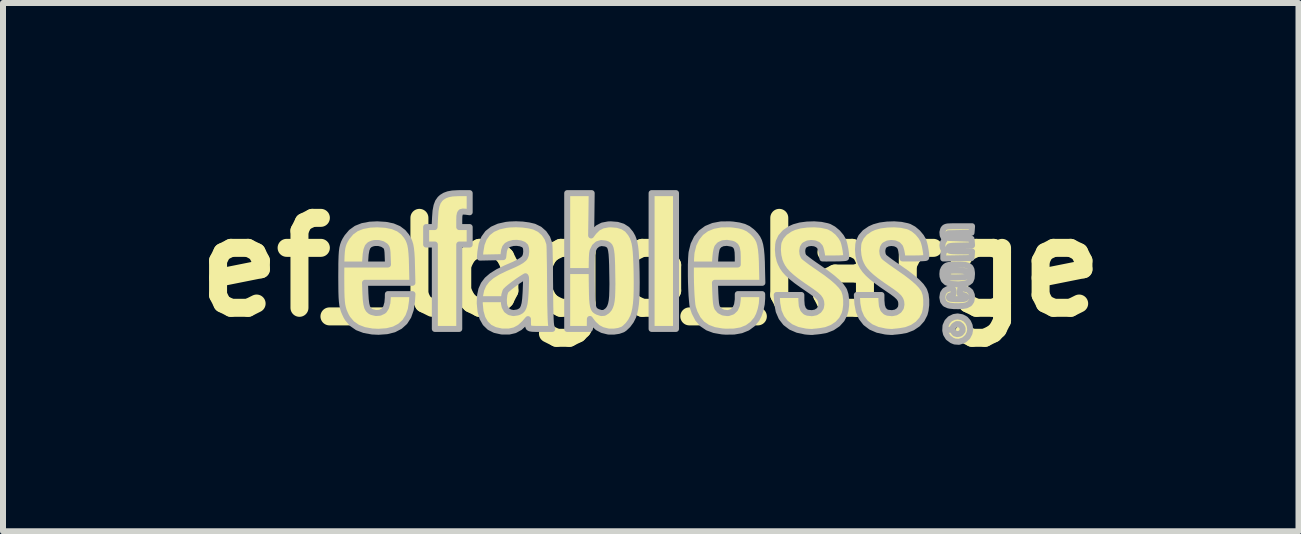
<source format=kicad_pcb>
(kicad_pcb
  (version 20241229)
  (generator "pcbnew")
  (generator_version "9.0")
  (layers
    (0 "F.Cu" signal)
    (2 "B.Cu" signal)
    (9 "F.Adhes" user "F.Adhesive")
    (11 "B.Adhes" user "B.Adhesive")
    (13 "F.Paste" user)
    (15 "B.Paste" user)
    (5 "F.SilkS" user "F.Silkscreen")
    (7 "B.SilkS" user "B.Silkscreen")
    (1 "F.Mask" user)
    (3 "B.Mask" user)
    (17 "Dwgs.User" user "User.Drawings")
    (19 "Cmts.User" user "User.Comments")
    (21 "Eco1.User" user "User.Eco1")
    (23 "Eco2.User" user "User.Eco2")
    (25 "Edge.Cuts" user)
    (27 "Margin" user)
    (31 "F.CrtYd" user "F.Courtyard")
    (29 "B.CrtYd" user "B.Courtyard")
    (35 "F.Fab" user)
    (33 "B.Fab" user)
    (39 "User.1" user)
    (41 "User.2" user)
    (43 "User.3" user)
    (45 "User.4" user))
  (footprint "ef_logo_large"
    (layer "F.Cu")
    (at 7.8 1.404)
    (property "Reference" "ef_logo_large" (at 0 0 0) (layer "F.SilkS") (effects (font (size 1.5 1.5) (thickness 0.3))))
    (attr board_only exclude_from_pos_files exclude_from_bom)
    (fp_poly (pts (xy 0.421 -0.102) (xy 0.421 1.031) (xy 0.218 1.031) (xy 0.015 1.031) (xy 0.015 -0.102) (xy 0.015 -1.234) (xy 0.218 -1.234) (xy 0.421 -1.234)) (stroke (width 0) (type solid)) (fill yes) (layer "F.SilkS"))
    (fp_poly (pts (xy 5.189 0.835) (xy 5.248 0.867) (xy 5.291 0.916) (xy 5.317 0.974) (xy 5.326 1.038) (xy 5.314 1.103) (xy 5.283 1.162) (xy 5.229 1.21) (xy 5.211 1.221) (xy 5.14 1.245) (xy 5.069 1.24) (xy 5.022 1.221) (xy 4.96 1.175) (xy 4.923 1.114) (xy 4.91 1.056) (xy 4.912 1.019) (xy 5.029 1.019) (xy 5.03 1.044) (xy 5.037 1.061) (xy 5.057 1.091) (xy 5.071 1.106) (xy 5.109 1.117) (xy 5.151 1.11) (xy 5.17 1.099) (xy 5.199 1.062) (xy 5.2 1.018) (xy 5.18 0.981) (xy 5.142 0.951) (xy 5.101 0.949) (xy 5.061 0.973) (xy 5.047 0.989) (xy 5.029 1.019) (xy 4.912 1.019) (xy 4.914 0.979) (xy 4.943 0.913) (xy 4.991 0.862) (xy 5.056 0.831) (xy 5.116 0.822)) (stroke (width 0) (type solid)) (fill yes) (layer "F.SilkS"))
    (fp_poly (pts (xy -3.019 -1.074) (xy -3.019 -0.915) (xy -3.084 -0.924) (xy -3.132 -0.927) (xy -3.164 -0.919) (xy -3.182 -0.895) (xy -3.191 -0.851) (xy -3.193 -0.782) (xy -3.193 -0.782) (xy -3.193 -0.668) (xy -3.106 -0.668) (xy -3.019 -0.668) (xy -3.019 -0.523) (xy -3.019 -0.377) (xy -3.106 -0.377) (xy -3.193 -0.377) (xy -3.193 0.327) (xy -3.193 1.031) (xy -3.396 1.031) (xy -3.6 1.031) (xy -3.6 0.327) (xy -3.6 -0.377) (xy -3.672 -0.377) (xy -3.745 -0.377) (xy -3.745 -0.523) (xy -3.745 -0.668) (xy -3.674 -0.668) (xy -3.604 -0.668) (xy -3.596 -0.831) (xy -3.588 -0.939) (xy -3.572 -1.023) (xy -3.548 -1.087) (xy -3.513 -1.137) (xy -3.482 -1.165) (xy -3.433 -1.195) (xy -3.378 -1.215) (xy -3.309 -1.227) (xy -3.22 -1.233) (xy -3.168 -1.234) (xy -3.019 -1.234)) (stroke (width 0) (type solid)) (fill yes) (layer "F.SilkS"))
    (fp_poly (pts (xy 5.036 0.36) (xy 5.05 0.389) (xy 5.051 0.412) (xy 5.048 0.447) (xy 5.034 0.462) (xy 5.011 0.467) (xy 4.98 0.478) (xy 4.971 0.501) (xy 4.974 0.515) (xy 4.985 0.524) (xy 5.01 0.529) (xy 5.055 0.532) (xy 5.1 0.534) (xy 5.175 0.534) (xy 5.225 0.529) (xy 5.249 0.521) (xy 5.26 0.5) (xy 5.248 0.48) (xy 5.217 0.467) (xy 5.193 0.464) (xy 5.166 0.462) (xy 5.155 0.45) (xy 5.155 0.419) (xy 5.155 0.41) (xy 5.16 0.356) (xy 5.225 0.359) (xy 5.289 0.374) (xy 5.331 0.409) (xy 5.353 0.463) (xy 5.356 0.498) (xy 5.346 0.563) (xy 5.316 0.608) (xy 5.263 0.636) (xy 5.257 0.638) (xy 5.203 0.647) (xy 5.132 0.651) (xy 5.057 0.65) (xy 4.99 0.643) (xy 4.964 0.638) (xy 4.908 0.613) (xy 4.874 0.569) (xy 4.862 0.506) (xy 4.862 0.502) (xy 4.872 0.438) (xy 4.903 0.392) (xy 4.957 0.363) (xy 4.957 0.363) (xy 5.007 0.352)) (stroke (width 0) (type solid)) (fill yes) (layer "F.SilkS"))
    (fp_poly (pts (xy 5.24 -0.038) (xy 5.293 -0.023) (xy 5.328 0.001) (xy 5.347 0.038) (xy 5.355 0.089) (xy 5.356 0.115) (xy 5.35 0.183) (xy 5.331 0.23) (xy 5.294 0.259) (xy 5.236 0.276) (xy 5.231 0.277) (xy 5.131 0.287) (xy 5.033 0.282) (xy 4.994 0.276) (xy 4.929 0.255) (xy 4.886 0.215) (xy 4.865 0.155) (xy 4.863 0.127) (xy 4.938 0.127) (xy 4.949 0.152) (xy 4.963 0.163) (xy 4.988 0.169) (xy 5.029 0.172) (xy 5.09 0.172) (xy 5.122 0.171) (xy 5.19 0.169) (xy 5.235 0.166) (xy 5.261 0.161) (xy 5.274 0.153) (xy 5.28 0.14) (xy 5.281 0.133) (xy 5.281 0.102) (xy 5.269 0.081) (xy 5.241 0.067) (xy 5.193 0.06) (xy 5.12 0.058) (xy 5.107 0.058) (xy 5.041 0.058) (xy 4.998 0.06) (xy 4.973 0.065) (xy 4.958 0.074) (xy 4.949 0.089) (xy 4.947 0.094) (xy 4.938 0.127) (xy 4.863 0.127) (xy 4.862 0.116) (xy 4.867 0.061) (xy 4.885 0.021) (xy 4.897 0.004) (xy 4.916 -0.015) (xy 4.936 -0.027) (xy 4.965 -0.035) (xy 5.009 -0.039) (xy 5.065 -0.041) (xy 5.165 -0.043)) (stroke (width 0) (type solid)) (fill yes) (layer "F.SilkS"))
    (fp_poly (pts (xy 5.353 -0.628) (xy 5.349 -0.573) (xy 5.155 -0.569) (xy 4.962 -0.565) (xy 4.967 -0.526) (xy 4.971 -0.486) (xy 5.16 -0.479) (xy 5.349 -0.472) (xy 5.353 -0.418) (xy 5.357 -0.364) (xy 5.164 -0.36) (xy 5.086 -0.358) (xy 5.033 -0.356) (xy 4.999 -0.352) (xy 4.979 -0.347) (xy 4.97 -0.338) (xy 4.967 -0.325) (xy 4.966 -0.321) (xy 4.97 -0.289) (xy 4.981 -0.274) (xy 5.002 -0.269) (xy 5.046 -0.265) (xy 5.107 -0.263) (xy 5.177 -0.261) (xy 5.179 -0.261) (xy 5.358 -0.261) (xy 5.353 -0.207) (xy 5.349 -0.152) (xy 5.113 -0.148) (xy 4.877 -0.144) (xy 4.877 -0.203) (xy 4.881 -0.242) (xy 4.891 -0.26) (xy 4.894 -0.261) (xy 4.899 -0.27) (xy 4.886 -0.288) (xy 4.869 -0.321) (xy 4.862 -0.363) (xy 4.869 -0.405) (xy 4.886 -0.438) (xy 4.902 -0.46) (xy 4.897 -0.478) (xy 4.886 -0.491) (xy 4.867 -0.532) (xy 4.863 -0.583) (xy 4.876 -0.631) (xy 4.891 -0.653) (xy 4.905 -0.664) (xy 4.923 -0.672) (xy 4.949 -0.677) (xy 4.99 -0.68) (xy 5.05 -0.682) (xy 5.134 -0.682) (xy 5.139 -0.682) (xy 5.358 -0.682)) (stroke (width 0) (type solid)) (fill yes) (layer "F.SilkS"))
    (fp_poly (pts (xy 1.369 -0.71) (xy 1.473 -0.695) (xy 1.555 -0.673) (xy 1.623 -0.641) (xy 1.685 -0.595) (xy 1.706 -0.575) (xy 1.748 -0.53) (xy 1.781 -0.484) (xy 1.807 -0.431) (xy 1.825 -0.369) (xy 1.839 -0.293) (xy 1.847 -0.198) (xy 1.853 -0.081) (xy 1.854 -0.018) (xy 1.861 0.261) (xy 1.466 0.261) (xy 1.07 0.261) (xy 1.077 0.446) (xy 1.082 0.536) (xy 1.088 0.602) (xy 1.097 0.648) (xy 1.109 0.68) (xy 1.149 0.727) (xy 1.207 0.757) (xy 1.275 0.766) (xy 1.296 0.765) (xy 1.361 0.743) (xy 1.408 0.698) (xy 1.438 0.631) (xy 1.451 0.54) (xy 1.451 0.519) (xy 1.451 0.45) (xy 1.655 0.45) (xy 1.858 0.45) (xy 1.858 0.523) (xy 1.851 0.615) (xy 1.831 0.71) (xy 1.802 0.797) (xy 1.766 0.867) (xy 1.766 0.867) (xy 1.696 0.95) (xy 1.611 1.012) (xy 1.51 1.053) (xy 1.39 1.075) (xy 1.25 1.076) (xy 1.19 1.072) (xy 1.058 1.049) (xy 0.948 1.008) (xy 0.857 0.946) (xy 0.786 0.863) (xy 0.731 0.757) (xy 0.703 0.674) (xy 0.694 0.628) (xy 0.687 0.558) (xy 0.68 0.47) (xy 0.675 0.368) (xy 0.671 0.259) (xy 0.669 0.147) (xy 0.669 0.038) (xy 0.67 -0.044) (xy 1.07 -0.044) (xy 1.261 -0.044) (xy 1.451 -0.044) (xy 1.451 -0.168) (xy 1.448 -0.252) (xy 1.437 -0.313) (xy 1.417 -0.353) (xy 1.384 -0.379) (xy 1.353 -0.391) (xy 1.27 -0.405) (xy 1.199 -0.398) (xy 1.143 -0.371) (xy 1.108 -0.33) (xy 1.096 -0.293) (xy 1.085 -0.237) (xy 1.078 -0.173) (xy 1.077 -0.164) (xy 1.07 -0.044) (xy 0.67 -0.044) (xy 0.67 -0.063) (xy 0.673 -0.151) (xy 0.678 -0.221) (xy 0.681 -0.247) (xy 0.713 -0.377) (xy 0.766 -0.486) (xy 0.838 -0.574) (xy 0.93 -0.642) (xy 1.041 -0.688) (xy 1.17 -0.712) (xy 1.317 -0.714)) (stroke (width 0) (type solid)) (fill yes) (layer "F.SilkS"))
    (fp_poly (pts (xy -4.419 -0.705) (xy -4.301 -0.681) (xy -4.204 -0.64) (xy -4.127 -0.582) (xy -4.072 -0.515) (xy -4.045 -0.471) (xy -4.024 -0.425) (xy -4.009 -0.374) (xy -3.998 -0.313) (xy -3.99 -0.237) (xy -3.984 -0.141) (xy -3.981 -0.025) (xy -3.974 0.261) (xy -4.369 0.261) (xy -4.764 0.261) (xy -4.758 0.439) (xy -4.752 0.539) (xy -4.742 0.615) (xy -4.728 0.67) (xy -4.706 0.709) (xy -4.676 0.736) (xy -4.649 0.75) (xy -4.582 0.765) (xy -4.516 0.76) (xy -4.46 0.734) (xy -4.445 0.722) (xy -4.412 0.67) (xy -4.391 0.596) (xy -4.384 0.512) (xy -4.383 0.45) (xy -4.178 0.45) (xy -3.973 0.45) (xy -3.981 0.57) (xy -4.001 0.706) (xy -4.041 0.82) (xy -4.101 0.914) (xy -4.181 0.986) (xy -4.28 1.038) (xy -4.4 1.068) (xy -4.54 1.078) (xy -4.645 1.073) (xy -4.777 1.049) (xy -4.89 1.006) (xy -4.982 0.942) (xy -5.053 0.859) (xy -5.079 0.815) (xy -5.101 0.768) (xy -5.118 0.725) (xy -5.132 0.68) (xy -5.143 0.63) (xy -5.15 0.571) (xy -5.155 0.5) (xy -5.158 0.411) (xy -5.159 0.301) (xy -5.16 0.167) (xy -5.16 0.152) (xy -5.159 0.015) (xy -5.159 -0.044) (xy -4.765 -0.044) (xy -4.573 -0.044) (xy -4.381 -0.044) (xy -4.386 -0.18) (xy -4.389 -0.247) (xy -4.394 -0.291) (xy -4.402 -0.321) (xy -4.415 -0.343) (xy -4.425 -0.354) (xy -4.472 -0.385) (xy -4.536 -0.402) (xy -4.606 -0.402) (xy -4.646 -0.393) (xy -4.689 -0.373) (xy -4.72 -0.34) (xy -4.74 -0.289) (xy -4.753 -0.216) (xy -4.757 -0.164) (xy -4.765 -0.044) (xy -5.159 -0.044) (xy -5.158 -0.097) (xy -5.155 -0.188) (xy -5.15 -0.261) (xy -5.142 -0.32) (xy -5.13 -0.368) (xy -5.115 -0.41) (xy -5.095 -0.45) (xy -5.07 -0.49) (xy -5.062 -0.503) (xy -4.994 -0.583) (xy -4.909 -0.644) (xy -4.806 -0.685) (xy -4.683 -0.708) (xy -4.559 -0.713)) (stroke (width 0) (type solid)) (fill yes) (layer "F.SilkS"))
    (fp_poly (pts (xy -0.989 -0.881) (xy -0.994 -0.528) (xy -0.948 -0.589) (xy -0.883 -0.653) (xy -0.805 -0.694) (xy -0.71 -0.712) (xy -0.668 -0.714) (xy -0.557 -0.705) (xy -0.466 -0.677) (xy -0.393 -0.63) (xy -0.336 -0.561) (xy -0.328 -0.547) (xy -0.304 -0.504) (xy -0.286 -0.457) (xy -0.271 -0.405) (xy -0.259 -0.342) (xy -0.251 -0.264) (xy -0.244 -0.17) (xy -0.24 -0.053) (xy -0.236 0.082) (xy -0.234 0.25) (xy -0.235 0.392) (xy -0.239 0.512) (xy -0.247 0.612) (xy -0.259 0.696) (xy -0.275 0.768) (xy -0.292 0.822) (xy -0.33 0.897) (xy -0.38 0.966) (xy -0.438 1.02) (xy -0.468 1.04) (xy -0.534 1.063) (xy -0.614 1.075) (xy -0.694 1.075) (xy -0.711 1.073) (xy -0.807 1.049) (xy -0.885 1.008) (xy -0.954 0.944) (xy -0.983 0.907) (xy -1.015 0.864) (xy -1.016 0.947) (xy -1.016 1.031) (xy -1.205 1.031) (xy -1.393 1.031) (xy -1.393 0.065) (xy -0.985 0.065) (xy -0.984 0.215) (xy -0.982 0.348) (xy -0.98 0.455) (xy -0.977 0.539) (xy -0.971 0.603) (xy -0.963 0.651) (xy -0.952 0.686) (xy -0.937 0.711) (xy -0.918 0.728) (xy -0.894 0.742) (xy -0.881 0.748) (xy -0.822 0.766) (xy -0.775 0.762) (xy -0.731 0.733) (xy -0.719 0.722) (xy -0.695 0.694) (xy -0.677 0.659) (xy -0.662 0.615) (xy -0.651 0.558) (xy -0.644 0.486) (xy -0.641 0.394) (xy -0.639 0.281) (xy -0.641 0.143) (xy -0.642 0.094) (xy -0.644 -0.034) (xy -0.648 -0.136) (xy -0.653 -0.215) (xy -0.661 -0.275) (xy -0.671 -0.319) (xy -0.685 -0.35) (xy -0.704 -0.37) (xy -0.728 -0.384) (xy -0.755 -0.394) (xy -0.826 -0.402) (xy -0.886 -0.384) (xy -0.935 -0.341) (xy -0.968 -0.275) (xy -0.972 -0.262) (xy -0.978 -0.223) (xy -0.982 -0.156) (xy -0.984 -0.06) (xy -0.985 0.065) (xy -1.393 0.065) (xy -1.393 -0.102) (xy -1.393 -1.234) (xy -1.189 -1.234) (xy -0.985 -1.234)) (stroke (width 0) (type solid)) (fill yes) (layer "F.SilkS"))
    (fp_poly (pts (xy 2.841 -0.705) (xy 2.944 -0.683) (xy 2.975 -0.673) (xy 3.046 -0.634) (xy 3.116 -0.576) (xy 3.174 -0.506) (xy 3.207 -0.448) (xy 3.222 -0.405) (xy 3.235 -0.349) (xy 3.247 -0.289) (xy 3.255 -0.231) (xy 3.259 -0.185) (xy 3.256 -0.157) (xy 3.256 -0.156) (xy 3.24 -0.152) (xy 3.2 -0.149) (xy 3.143 -0.146) (xy 3.073 -0.145) (xy 3.056 -0.145) (xy 2.863 -0.145) (xy 2.853 -0.22) (xy 2.843 -0.272) (xy 2.829 -0.32) (xy 2.822 -0.336) (xy 2.788 -0.373) (xy 2.737 -0.396) (xy 2.677 -0.403) (xy 2.617 -0.395) (xy 2.565 -0.369) (xy 2.557 -0.362) (xy 2.534 -0.324) (xy 2.525 -0.271) (xy 2.531 -0.217) (xy 2.548 -0.178) (xy 2.566 -0.16) (xy 2.605 -0.13) (xy 2.659 -0.089) (xy 2.725 -0.042) (xy 2.798 0.008) (xy 2.927 0.098) (xy 3.032 0.179) (xy 3.113 0.25) (xy 3.174 0.314) (xy 3.216 0.373) (xy 3.226 0.392) (xy 3.247 0.458) (xy 3.258 0.541) (xy 3.258 0.632) (xy 3.247 0.721) (xy 3.23 0.783) (xy 3.185 0.873) (xy 3.116 0.948) (xy 3.027 1.008) (xy 2.922 1.049) (xy 2.819 1.067) (xy 2.766 1.073) (xy 2.72 1.077) (xy 2.7 1.08) (xy 2.665 1.08) (xy 2.615 1.077) (xy 2.576 1.073) (xy 2.446 1.045) (xy 2.336 0.997) (xy 2.247 0.929) (xy 2.179 0.841) (xy 2.133 0.735) (xy 2.11 0.61) (xy 2.108 0.589) (xy 2.1 0.464) (xy 2.306 0.464) (xy 2.511 0.464) (xy 2.511 0.555) (xy 2.518 0.643) (xy 2.541 0.706) (xy 2.579 0.746) (xy 2.614 0.76) (xy 2.688 0.768) (xy 2.753 0.755) (xy 2.804 0.723) (xy 2.836 0.675) (xy 2.845 0.623) (xy 2.841 0.579) (xy 2.827 0.539) (xy 2.8 0.501) (xy 2.756 0.46) (xy 2.691 0.412) (xy 2.651 0.384) (xy 2.528 0.3) (xy 2.428 0.228) (xy 2.348 0.164) (xy 2.284 0.106) (xy 2.235 0.052) (xy 2.198 -0.001) (xy 2.169 -0.057) (xy 2.148 -0.109) (xy 2.128 -0.194) (xy 2.12 -0.289) (xy 2.125 -0.378) (xy 2.134 -0.422) (xy 2.171 -0.504) (xy 2.235 -0.577) (xy 2.321 -0.636) (xy 2.392 -0.668) (xy 2.491 -0.695) (xy 2.605 -0.71) (xy 2.725 -0.714)) (stroke (width 0) (type solid)) (fill yes) (layer "F.SilkS"))
    (fp_poly (pts (xy 4.176 -0.705) (xy 4.279 -0.683) (xy 4.31 -0.673) (xy 4.382 -0.634) (xy 4.451 -0.576) (xy 4.509 -0.506) (xy 4.542 -0.448) (xy 4.557 -0.405) (xy 4.571 -0.349) (xy 4.582 -0.289) (xy 4.591 -0.231) (xy 4.594 -0.185) (xy 4.592 -0.157) (xy 4.591 -0.156) (xy 4.575 -0.152) (xy 4.535 -0.149) (xy 4.478 -0.146) (xy 4.408 -0.145) (xy 4.392 -0.145) (xy 4.198 -0.145) (xy 4.188 -0.22) (xy 4.178 -0.272) (xy 4.164 -0.32) (xy 4.157 -0.336) (xy 4.123 -0.373) (xy 4.072 -0.396) (xy 4.012 -0.403) (xy 3.952 -0.395) (xy 3.901 -0.369) (xy 3.892 -0.362) (xy 3.87 -0.324) (xy 3.861 -0.271) (xy 3.866 -0.217) (xy 3.883 -0.178) (xy 3.902 -0.16) (xy 3.94 -0.13) (xy 3.995 -0.089) (xy 4.061 -0.042) (xy 4.133 0.008) (xy 4.262 0.098) (xy 4.367 0.179) (xy 4.449 0.25) (xy 4.51 0.314) (xy 4.551 0.373) (xy 4.561 0.392) (xy 4.583 0.458) (xy 4.593 0.541) (xy 4.593 0.632) (xy 4.582 0.721) (xy 4.566 0.783) (xy 4.52 0.873) (xy 4.452 0.948) (xy 4.363 1.008) (xy 4.257 1.049) (xy 4.154 1.067) (xy 4.101 1.073) (xy 4.055 1.077) (xy 4.035 1.08) (xy 4.001 1.08) (xy 3.951 1.077) (xy 3.912 1.073) (xy 3.781 1.045) (xy 3.671 0.997) (xy 3.582 0.929) (xy 3.514 0.841) (xy 3.469 0.735) (xy 3.445 0.61) (xy 3.444 0.589) (xy 3.436 0.464) (xy 3.641 0.464) (xy 3.846 0.464) (xy 3.846 0.555) (xy 3.854 0.643) (xy 3.876 0.706) (xy 3.915 0.746) (xy 3.949 0.76) (xy 4.024 0.768) (xy 4.088 0.755) (xy 4.139 0.723) (xy 4.171 0.675) (xy 4.18 0.623) (xy 4.176 0.579) (xy 4.163 0.539) (xy 4.135 0.501) (xy 4.091 0.46) (xy 4.027 0.412) (xy 3.986 0.384) (xy 3.863 0.3) (xy 3.763 0.228) (xy 3.683 0.164) (xy 3.62 0.106) (xy 3.571 0.052) (xy 3.533 -0.001) (xy 3.504 -0.057) (xy 3.483 -0.109) (xy 3.463 -0.194) (xy 3.455 -0.289) (xy 3.46 -0.378) (xy 3.469 -0.422) (xy 3.507 -0.504) (xy 3.57 -0.577) (xy 3.656 -0.636) (xy 3.727 -0.668) (xy 3.826 -0.695) (xy 3.941 -0.71) (xy 4.061 -0.714)) (stroke (width 0) (type solid)) (fill yes) (layer "F.SilkS"))
    (fp_poly (pts (xy -2.138 -0.71) (xy -2.034 -0.696) (xy -1.948 -0.676) (xy -1.942 -0.674) (xy -1.854 -0.631) (xy -1.78 -0.566) (xy -1.725 -0.486) (xy -1.693 -0.396) (xy -1.69 -0.374) (xy -1.688 -0.346) (xy -1.686 -0.293) (xy -1.685 -0.218) (xy -1.683 -0.123) (xy -1.681 -0.013) (xy -1.68 0.109) (xy -1.679 0.24) (xy -1.678 0.312) (xy -1.677 0.49) (xy -1.675 0.642) (xy -1.672 0.767) (xy -1.669 0.864) (xy -1.665 0.933) (xy -1.66 0.975) (xy -1.658 0.983) (xy -1.642 1.031) (xy -1.836 1.031) (xy -1.918 1.03) (xy -1.975 1.028) (xy -2.012 1.022) (xy -2.034 1.01) (xy -2.044 0.989) (xy -2.046 0.957) (xy -2.047 0.926) (xy -2.047 0.867) (xy -2.106 0.935) (xy -2.183 1.006) (xy -2.267 1.052) (xy -2.362 1.074) (xy -2.473 1.074) (xy -2.491 1.072) (xy -2.599 1.048) (xy -2.688 1.003) (xy -2.757 0.936) (xy -2.807 0.848) (xy -2.838 0.738) (xy -2.851 0.605) (xy -2.851 0.581) (xy -2.849 0.535) (xy -2.449 0.535) (xy -2.447 0.608) (xy -2.436 0.66) (xy -2.404 0.717) (xy -2.354 0.752) (xy -2.291 0.766) (xy -2.221 0.756) (xy -2.198 0.748) (xy -2.164 0.729) (xy -2.138 0.702) (xy -2.119 0.662) (xy -2.104 0.607) (xy -2.094 0.531) (xy -2.087 0.433) (xy -2.084 0.372) (xy -2.081 0.284) (xy -2.079 0.222) (xy -2.08 0.181) (xy -2.084 0.159) (xy -2.089 0.152) (xy -2.093 0.154) (xy -2.153 0.191) (xy -2.218 0.234) (xy -2.281 0.28) (xy -2.339 0.324) (xy -2.385 0.362) (xy -2.415 0.392) (xy -2.423 0.403) (xy -2.441 0.462) (xy -2.449 0.535) (xy -2.849 0.535) (xy -2.845 0.468) (xy -2.824 0.371) (xy -2.786 0.286) (xy -2.729 0.212) (xy -2.651 0.144) (xy -2.549 0.08) (xy -2.421 0.018) (xy -2.377 -0.001) (xy -2.278 -0.044) (xy -2.204 -0.081) (xy -2.15 -0.114) (xy -2.113 -0.144) (xy -2.099 -0.162) (xy -2.083 -0.202) (xy -2.076 -0.256) (xy -2.079 -0.31) (xy -2.09 -0.348) (xy -2.12 -0.376) (xy -2.17 -0.396) (xy -2.231 -0.405) (xy -2.295 -0.403) (xy -2.354 -0.387) (xy -2.355 -0.387) (xy -2.401 -0.362) (xy -2.429 -0.328) (xy -2.446 -0.278) (xy -2.451 -0.243) (xy -2.46 -0.167) (xy -2.655 -0.163) (xy -2.849 -0.159) (xy -2.841 -0.257) (xy -2.82 -0.381) (xy -2.78 -0.484) (xy -2.72 -0.567) (xy -2.638 -0.631) (xy -2.535 -0.677) (xy -2.409 -0.705) (xy -2.351 -0.711) (xy -2.247 -0.715)) (stroke (width 0) (type solid)) (fill yes) (layer "F.SilkS"))
    (fp_poly (pts (xy 0.421 -0.102) (xy 0.421 1.03) (xy 0.218 1.03) (xy 0.014 1.03) (xy 0.014 -0.102) (xy 0.014 -1.234) (xy 0.218 -1.234) (xy 0.421 -1.234)) (stroke (width 0.1) (type solid)) (fill no) (layer "F.Fab"))
    (fp_poly (pts (xy 5.189 0.835) (xy 5.248 0.867) (xy 5.291 0.916) (xy 5.317 0.974) (xy 5.326 1.038) (xy 5.314 1.102) (xy 5.283 1.162) (xy 5.229 1.21) (xy 5.211 1.221) (xy 5.14 1.245) (xy 5.069 1.24) (xy 5.022 1.221) (xy 4.96 1.175) (xy 4.923 1.114) (xy 4.91 1.056) (xy 4.912 1.019) (xy 5.029 1.019) (xy 5.029 1.044) (xy 5.037 1.061) (xy 5.057 1.091) (xy 5.071 1.106) (xy 5.109 1.117) (xy 5.151 1.11) (xy 5.17 1.099) (xy 5.199 1.062) (xy 5.2 1.018) (xy 5.18 0.981) (xy 5.142 0.951) (xy 5.101 0.949) (xy 5.061 0.973) (xy 5.047 0.989) (xy 5.029 1.019) (xy 4.912 1.019) (xy 4.914 0.979) (xy 4.943 0.913) (xy 4.991 0.862) (xy 5.056 0.831) (xy 5.116 0.822)) (stroke (width 0.1) (type solid)) (fill no) (layer "F.Fab"))
    (fp_poly (pts (xy -3.019 -1.074) (xy -3.019 -0.915) (xy -3.084 -0.924) (xy -3.132 -0.927) (xy -3.164 -0.919) (xy -3.182 -0.895) (xy -3.191 -0.851) (xy -3.193 -0.782) (xy -3.193 -0.782) (xy -3.193 -0.668) (xy -3.106 -0.668) (xy -3.019 -0.668) (xy -3.019 -0.523) (xy -3.019 -0.377) (xy -3.106 -0.377) (xy -3.193 -0.377) (xy -3.193 0.327) (xy -3.193 1.03) (xy -3.396 1.03) (xy -3.6 1.03) (xy -3.6 0.327) (xy -3.6 -0.377) (xy -3.672 -0.377) (xy -3.745 -0.377) (xy -3.745 -0.523) (xy -3.745 -0.668) (xy -3.674 -0.668) (xy -3.604 -0.668) (xy -3.596 -0.832) (xy -3.588 -0.939) (xy -3.572 -1.023) (xy -3.548 -1.087) (xy -3.513 -1.137) (xy -3.482 -1.165) (xy -3.433 -1.195) (xy -3.378 -1.215) (xy -3.309 -1.228) (xy -3.22 -1.233) (xy -3.168 -1.234) (xy -3.019 -1.234)) (stroke (width 0.1) (type solid)) (fill no) (layer "F.Fab"))
    (fp_poly (pts (xy 5.036 0.36) (xy 5.049 0.389) (xy 5.051 0.412) (xy 5.048 0.447) (xy 5.034 0.462) (xy 5.011 0.467) (xy 4.98 0.478) (xy 4.971 0.501) (xy 4.974 0.515) (xy 4.985 0.524) (xy 5.01 0.529) (xy 5.055 0.532) (xy 5.1 0.534) (xy 5.175 0.534) (xy 5.225 0.529) (xy 5.248 0.521) (xy 5.26 0.499) (xy 5.248 0.48) (xy 5.217 0.467) (xy 5.193 0.464) (xy 5.166 0.462) (xy 5.155 0.45) (xy 5.155 0.419) (xy 5.155 0.41) (xy 5.16 0.356) (xy 5.225 0.359) (xy 5.289 0.374) (xy 5.331 0.409) (xy 5.353 0.463) (xy 5.356 0.498) (xy 5.346 0.563) (xy 5.316 0.608) (xy 5.263 0.636) (xy 5.257 0.638) (xy 5.203 0.647) (xy 5.132 0.651) (xy 5.057 0.65) (xy 4.989 0.643) (xy 4.964 0.638) (xy 4.908 0.613) (xy 4.874 0.569) (xy 4.862 0.506) (xy 4.862 0.502) (xy 4.872 0.438) (xy 4.903 0.392) (xy 4.956 0.363) (xy 4.957 0.363) (xy 5.007 0.352)) (stroke (width 0.1) (type solid)) (fill no) (layer "F.Fab"))
    (fp_poly (pts (xy 5.24 -0.038) (xy 5.293 -0.023) (xy 5.328 0.001) (xy 5.347 0.038) (xy 5.355 0.089) (xy 5.356 0.114) (xy 5.35 0.183) (xy 5.331 0.23) (xy 5.294 0.259) (xy 5.236 0.276) (xy 5.231 0.277) (xy 5.131 0.287) (xy 5.033 0.282) (xy 4.994 0.276) (xy 4.929 0.255) (xy 4.886 0.215) (xy 4.865 0.155) (xy 4.863 0.127) (xy 4.938 0.127) (xy 4.949 0.152) (xy 4.963 0.163) (xy 4.988 0.169) (xy 5.028 0.172) (xy 5.09 0.172) (xy 5.122 0.171) (xy 5.19 0.169) (xy 5.235 0.166) (xy 5.261 0.161) (xy 5.274 0.153) (xy 5.279 0.14) (xy 5.281 0.133) (xy 5.281 0.102) (xy 5.269 0.08) (xy 5.241 0.067) (xy 5.193 0.06) (xy 5.12 0.058) (xy 5.107 0.058) (xy 5.041 0.058) (xy 4.998 0.06) (xy 4.973 0.065) (xy 4.958 0.074) (xy 4.949 0.089) (xy 4.947 0.094) (xy 4.938 0.127) (xy 4.863 0.127) (xy 4.862 0.116) (xy 4.867 0.061) (xy 4.885 0.021) (xy 4.897 0.004) (xy 4.916 -0.015) (xy 4.936 -0.027) (xy 4.965 -0.035) (xy 5.009 -0.039) (xy 5.065 -0.041) (xy 5.165 -0.043)) (stroke (width 0.1) (type solid)) (fill no) (layer "F.Fab"))
    (fp_poly (pts (xy 5.353 -0.628) (xy 5.348 -0.573) (xy 5.155 -0.569) (xy 4.962 -0.565) (xy 4.967 -0.526) (xy 4.971 -0.486) (xy 5.16 -0.479) (xy 5.348 -0.472) (xy 5.353 -0.418) (xy 5.357 -0.364) (xy 5.164 -0.36) (xy 5.086 -0.358) (xy 5.033 -0.356) (xy 4.999 -0.352) (xy 4.979 -0.347) (xy 4.97 -0.338) (xy 4.967 -0.325) (xy 4.966 -0.321) (xy 4.97 -0.289) (xy 4.981 -0.274) (xy 5.002 -0.269) (xy 5.046 -0.265) (xy 5.107 -0.263) (xy 5.177 -0.262) (xy 5.179 -0.262) (xy 5.357 -0.261) (xy 5.353 -0.207) (xy 5.348 -0.152) (xy 5.113 -0.148) (xy 4.877 -0.144) (xy 4.877 -0.203) (xy 4.881 -0.242) (xy 4.891 -0.261) (xy 4.894 -0.261) (xy 4.899 -0.27) (xy 4.886 -0.288) (xy 4.869 -0.321) (xy 4.862 -0.363) (xy 4.869 -0.405) (xy 4.886 -0.438) (xy 4.902 -0.46) (xy 4.897 -0.478) (xy 4.886 -0.491) (xy 4.867 -0.532) (xy 4.863 -0.583) (xy 4.876 -0.631) (xy 4.891 -0.653) (xy 4.905 -0.664) (xy 4.923 -0.672) (xy 4.949 -0.678) (xy 4.99 -0.68) (xy 5.05 -0.682) (xy 5.134 -0.682) (xy 5.139 -0.682) (xy 5.357 -0.682)) (stroke (width 0.1) (type solid)) (fill no) (layer "F.Fab"))
    (fp_poly (pts (xy 1.369 -0.71) (xy 1.473 -0.695) (xy 1.555 -0.673) (xy 1.623 -0.641) (xy 1.684 -0.595) (xy 1.706 -0.575) (xy 1.748 -0.53) (xy 1.781 -0.484) (xy 1.807 -0.431) (xy 1.825 -0.369) (xy 1.838 -0.293) (xy 1.847 -0.198) (xy 1.853 -0.081) (xy 1.854 -0.018) (xy 1.861 0.261) (xy 1.466 0.261) (xy 1.07 0.261) (xy 1.077 0.446) (xy 1.082 0.536) (xy 1.088 0.602) (xy 1.097 0.648) (xy 1.109 0.68) (xy 1.149 0.727) (xy 1.207 0.757) (xy 1.275 0.766) (xy 1.296 0.765) (xy 1.361 0.743) (xy 1.408 0.698) (xy 1.438 0.631) (xy 1.451 0.54) (xy 1.451 0.519) (xy 1.451 0.45) (xy 1.655 0.45) (xy 1.858 0.45) (xy 1.858 0.523) (xy 1.851 0.615) (xy 1.831 0.71) (xy 1.802 0.797) (xy 1.766 0.867) (xy 1.766 0.867) (xy 1.696 0.95) (xy 1.611 1.012) (xy 1.509 1.053) (xy 1.39 1.074) (xy 1.25 1.076) (xy 1.19 1.072) (xy 1.058 1.049) (xy 0.948 1.008) (xy 0.857 0.946) (xy 0.786 0.863) (xy 0.731 0.757) (xy 0.703 0.674) (xy 0.694 0.628) (xy 0.687 0.558) (xy 0.68 0.47) (xy 0.675 0.368) (xy 0.671 0.259) (xy 0.669 0.147) (xy 0.669 0.038) (xy 0.669 -0.044) (xy 1.07 -0.044) (xy 1.261 -0.044) (xy 1.451 -0.044) (xy 1.451 -0.168) (xy 1.448 -0.252) (xy 1.437 -0.313) (xy 1.417 -0.353) (xy 1.384 -0.379) (xy 1.353 -0.391) (xy 1.27 -0.405) (xy 1.199 -0.398) (xy 1.143 -0.371) (xy 1.108 -0.33) (xy 1.096 -0.293) (xy 1.085 -0.237) (xy 1.078 -0.173) (xy 1.077 -0.164) (xy 1.07 -0.044) (xy 0.669 -0.044) (xy 0.67 -0.063) (xy 0.673 -0.151) (xy 0.678 -0.221) (xy 0.681 -0.247) (xy 0.713 -0.377) (xy 0.766 -0.486) (xy 0.838 -0.574) (xy 0.93 -0.642) (xy 1.041 -0.688) (xy 1.17 -0.712) (xy 1.317 -0.714)) (stroke (width 0.1) (type solid)) (fill no) (layer "F.Fab"))
    (fp_poly (pts (xy -4.419 -0.705) (xy -4.301 -0.681) (xy -4.204 -0.64) (xy -4.127 -0.582) (xy -4.072 -0.515) (xy -4.045 -0.471) (xy -4.025 -0.425) (xy -4.009 -0.374) (xy -3.998 -0.313) (xy -3.99 -0.237) (xy -3.984 -0.141) (xy -3.981 -0.025) (xy -3.974 0.261) (xy -4.369 0.261) (xy -4.764 0.261) (xy -4.758 0.439) (xy -4.752 0.539) (xy -4.742 0.615) (xy -4.728 0.67) (xy -4.706 0.709) (xy -4.676 0.736) (xy -4.649 0.749) (xy -4.582 0.765) (xy -4.516 0.76) (xy -4.46 0.734) (xy -4.445 0.722) (xy -4.412 0.67) (xy -4.391 0.595) (xy -4.384 0.512) (xy -4.383 0.45) (xy -4.178 0.45) (xy -3.973 0.45) (xy -3.981 0.57) (xy -4.001 0.706) (xy -4.041 0.82) (xy -4.101 0.914) (xy -4.181 0.986) (xy -4.28 1.038) (xy -4.4 1.068) (xy -4.54 1.078) (xy -4.645 1.073) (xy -4.777 1.049) (xy -4.89 1.006) (xy -4.982 0.942) (xy -5.053 0.859) (xy -5.079 0.815) (xy -5.101 0.768) (xy -5.119 0.725) (xy -5.132 0.68) (xy -5.143 0.63) (xy -5.15 0.571) (xy -5.155 0.5) (xy -5.158 0.411) (xy -5.159 0.301) (xy -5.16 0.167) (xy -5.16 0.152) (xy -5.159 0.015) (xy -5.159 -0.044) (xy -4.765 -0.044) (xy -4.573 -0.044) (xy -4.381 -0.044) (xy -4.386 -0.18) (xy -4.389 -0.247) (xy -4.394 -0.291) (xy -4.402 -0.321) (xy -4.415 -0.343) (xy -4.425 -0.354) (xy -4.473 -0.385) (xy -4.536 -0.402) (xy -4.606 -0.402) (xy -4.646 -0.393) (xy -4.689 -0.373) (xy -4.72 -0.34) (xy -4.74 -0.289) (xy -4.753 -0.216) (xy -4.757 -0.164) (xy -4.765 -0.044) (xy -5.159 -0.044) (xy -5.158 -0.097) (xy -5.155 -0.188) (xy -5.15 -0.261) (xy -5.142 -0.32) (xy -5.13 -0.368) (xy -5.115 -0.41) (xy -5.095 -0.45) (xy -5.07 -0.49) (xy -5.062 -0.503) (xy -4.994 -0.583) (xy -4.909 -0.644) (xy -4.806 -0.685) (xy -4.683 -0.708) (xy -4.559 -0.714)) (stroke (width 0.1) (type solid)) (fill no) (layer "F.Fab"))
    (fp_poly (pts (xy -0.989 -0.881) (xy -0.994 -0.528) (xy -0.948 -0.589) (xy -0.883 -0.653) (xy -0.805 -0.694) (xy -0.71 -0.712) (xy -0.668 -0.714) (xy -0.557 -0.705) (xy -0.466 -0.677) (xy -0.393 -0.63) (xy -0.336 -0.561) (xy -0.328 -0.547) (xy -0.304 -0.504) (xy -0.286 -0.457) (xy -0.271 -0.405) (xy -0.26 -0.342) (xy -0.251 -0.265) (xy -0.245 -0.17) (xy -0.24 -0.053) (xy -0.236 0.082) (xy -0.234 0.25) (xy -0.235 0.392) (xy -0.239 0.512) (xy -0.247 0.612) (xy -0.259 0.696) (xy -0.275 0.768) (xy -0.292 0.822) (xy -0.33 0.897) (xy -0.381 0.966) (xy -0.438 1.02) (xy -0.468 1.04) (xy -0.534 1.063) (xy -0.614 1.075) (xy -0.694 1.075) (xy -0.711 1.073) (xy -0.807 1.049) (xy -0.885 1.008) (xy -0.954 0.944) (xy -0.983 0.907) (xy -1.015 0.864) (xy -1.016 0.947) (xy -1.016 1.03) (xy -1.205 1.03) (xy -1.393 1.03) (xy -1.393 0.065) (xy -0.985 0.065) (xy -0.984 0.215) (xy -0.982 0.348) (xy -0.98 0.455) (xy -0.977 0.539) (xy -0.971 0.603) (xy -0.963 0.651) (xy -0.952 0.686) (xy -0.937 0.711) (xy -0.918 0.728) (xy -0.894 0.742) (xy -0.881 0.748) (xy -0.823 0.766) (xy -0.775 0.762) (xy -0.731 0.733) (xy -0.719 0.722) (xy -0.695 0.694) (xy -0.677 0.659) (xy -0.662 0.615) (xy -0.651 0.558) (xy -0.644 0.485) (xy -0.641 0.394) (xy -0.639 0.281) (xy -0.641 0.143) (xy -0.642 0.094) (xy -0.644 -0.034) (xy -0.648 -0.136) (xy -0.653 -0.215) (xy -0.661 -0.275) (xy -0.671 -0.319) (xy -0.685 -0.35) (xy -0.704 -0.37) (xy -0.728 -0.384) (xy -0.755 -0.394) (xy -0.826 -0.402) (xy -0.887 -0.384) (xy -0.935 -0.341) (xy -0.968 -0.275) (xy -0.972 -0.262) (xy -0.978 -0.223) (xy -0.982 -0.156) (xy -0.984 -0.06) (xy -0.985 0.065) (xy -1.393 0.065) (xy -1.393 -0.102) (xy -1.393 -1.234) (xy -1.189 -1.234) (xy -0.985 -1.234)) (stroke (width 0.1) (type solid)) (fill no) (layer "F.Fab"))
    (fp_poly (pts (xy 2.841 -0.705) (xy 2.944 -0.683) (xy 2.975 -0.673) (xy 3.046 -0.634) (xy 3.116 -0.576) (xy 3.174 -0.506) (xy 3.207 -0.448) (xy 3.222 -0.405) (xy 3.235 -0.35) (xy 3.247 -0.289) (xy 3.255 -0.231) (xy 3.259 -0.185) (xy 3.256 -0.158) (xy 3.256 -0.156) (xy 3.24 -0.152) (xy 3.2 -0.149) (xy 3.143 -0.146) (xy 3.073 -0.145) (xy 3.056 -0.145) (xy 2.863 -0.145) (xy 2.853 -0.22) (xy 2.843 -0.272) (xy 2.829 -0.32) (xy 2.822 -0.336) (xy 2.788 -0.373) (xy 2.737 -0.396) (xy 2.677 -0.403) (xy 2.617 -0.395) (xy 2.565 -0.369) (xy 2.557 -0.362) (xy 2.534 -0.324) (xy 2.525 -0.271) (xy 2.531 -0.217) (xy 2.547 -0.178) (xy 2.566 -0.16) (xy 2.605 -0.13) (xy 2.659 -0.089) (xy 2.725 -0.042) (xy 2.798 0.008) (xy 2.927 0.098) (xy 3.032 0.179) (xy 3.113 0.25) (xy 3.174 0.314) (xy 3.216 0.373) (xy 3.226 0.392) (xy 3.247 0.458) (xy 3.258 0.541) (xy 3.258 0.632) (xy 3.247 0.721) (xy 3.23 0.783) (xy 3.185 0.872) (xy 3.116 0.948) (xy 3.027 1.008) (xy 2.922 1.049) (xy 2.819 1.067) (xy 2.766 1.073) (xy 2.72 1.077) (xy 2.7 1.08) (xy 2.665 1.08) (xy 2.615 1.077) (xy 2.576 1.073) (xy 2.446 1.045) (xy 2.336 0.997) (xy 2.247 0.929) (xy 2.179 0.841) (xy 2.133 0.735) (xy 2.11 0.61) (xy 2.108 0.589) (xy 2.1 0.464) (xy 2.306 0.464) (xy 2.511 0.464) (xy 2.511 0.555) (xy 2.518 0.643) (xy 2.541 0.706) (xy 2.579 0.746) (xy 2.614 0.76) (xy 2.688 0.768) (xy 2.753 0.755) (xy 2.804 0.722) (xy 2.836 0.675) (xy 2.845 0.623) (xy 2.841 0.578) (xy 2.827 0.539) (xy 2.8 0.501) (xy 2.756 0.46) (xy 2.691 0.412) (xy 2.651 0.384) (xy 2.528 0.3) (xy 2.428 0.228) (xy 2.348 0.164) (xy 2.284 0.106) (xy 2.235 0.052) (xy 2.198 -0.001) (xy 2.169 -0.057) (xy 2.148 -0.109) (xy 2.128 -0.195) (xy 2.12 -0.289) (xy 2.125 -0.378) (xy 2.133 -0.422) (xy 2.171 -0.504) (xy 2.235 -0.577) (xy 2.321 -0.636) (xy 2.392 -0.668) (xy 2.491 -0.695) (xy 2.605 -0.71) (xy 2.725 -0.714)) (stroke (width 0.1) (type solid)) (fill no) (layer "F.Fab"))
    (fp_poly (pts (xy 4.176 -0.705) (xy 4.279 -0.683) (xy 4.31 -0.673) (xy 4.382 -0.634) (xy 4.451 -0.576) (xy 4.509 -0.506) (xy 4.542 -0.448) (xy 4.557 -0.405) (xy 4.571 -0.35) (xy 4.582 -0.289) (xy 4.591 -0.231) (xy 4.594 -0.185) (xy 4.592 -0.158) (xy 4.591 -0.156) (xy 4.575 -0.152) (xy 4.535 -0.149) (xy 4.478 -0.146) (xy 4.408 -0.145) (xy 4.392 -0.145) (xy 4.198 -0.145) (xy 4.188 -0.22) (xy 4.178 -0.272) (xy 4.164 -0.32) (xy 4.157 -0.336) (xy 4.123 -0.373) (xy 4.072 -0.396) (xy 4.012 -0.403) (xy 3.952 -0.395) (xy 3.901 -0.369) (xy 3.892 -0.362) (xy 3.87 -0.324) (xy 3.86 -0.271) (xy 3.866 -0.217) (xy 3.883 -0.178) (xy 3.901 -0.16) (xy 3.94 -0.13) (xy 3.995 -0.089) (xy 4.061 -0.042) (xy 4.133 0.008) (xy 4.262 0.098) (xy 4.367 0.179) (xy 4.449 0.25) (xy 4.51 0.314) (xy 4.551 0.373) (xy 4.561 0.392) (xy 4.583 0.458) (xy 4.593 0.541) (xy 4.593 0.632) (xy 4.582 0.721) (xy 4.566 0.783) (xy 4.52 0.872) (xy 4.452 0.948) (xy 4.363 1.008) (xy 4.257 1.049) (xy 4.154 1.067) (xy 4.101 1.073) (xy 4.055 1.077) (xy 4.035 1.08) (xy 4.001 1.08) (xy 3.951 1.077) (xy 3.912 1.073) (xy 3.781 1.045) (xy 3.671 0.997) (xy 3.582 0.929) (xy 3.514 0.841) (xy 3.469 0.735) (xy 3.445 0.61) (xy 3.444 0.589) (xy 3.436 0.464) (xy 3.641 0.464) (xy 3.846 0.464) (xy 3.846 0.555) (xy 3.854 0.643) (xy 3.876 0.706) (xy 3.915 0.746) (xy 3.949 0.76) (xy 4.024 0.768) (xy 4.088 0.755) (xy 4.139 0.722) (xy 4.171 0.675) (xy 4.18 0.623) (xy 4.176 0.578) (xy 4.162 0.539) (xy 4.135 0.501) (xy 4.091 0.46) (xy 4.027 0.412) (xy 3.986 0.384) (xy 3.863 0.3) (xy 3.763 0.228) (xy 3.683 0.164) (xy 3.62 0.106) (xy 3.571 0.052) (xy 3.533 -0.001) (xy 3.504 -0.057) (xy 3.483 -0.109) (xy 3.463 -0.195) (xy 3.455 -0.289) (xy 3.46 -0.378) (xy 3.469 -0.422) (xy 3.507 -0.504) (xy 3.57 -0.577) (xy 3.656 -0.636) (xy 3.727 -0.668) (xy 3.826 -0.695) (xy 3.941 -0.71) (xy 4.06 -0.714)) (stroke (width 0.1) (type solid)) (fill no) (layer "F.Fab"))
    (fp_poly (pts (xy -2.138 -0.71) (xy -2.034 -0.696) (xy -1.948 -0.676) (xy -1.942 -0.674) (xy -1.854 -0.631) (xy -1.78 -0.566) (xy -1.725 -0.486) (xy -1.693 -0.396) (xy -1.69 -0.374) (xy -1.688 -0.346) (xy -1.686 -0.293) (xy -1.685 -0.218) (xy -1.683 -0.123) (xy -1.681 -0.014) (xy -1.68 0.109) (xy -1.679 0.24) (xy -1.678 0.312) (xy -1.677 0.49) (xy -1.675 0.642) (xy -1.672 0.767) (xy -1.669 0.864) (xy -1.665 0.933) (xy -1.66 0.974) (xy -1.658 0.983) (xy -1.642 1.03) (xy -1.836 1.03) (xy -1.918 1.03) (xy -1.975 1.028) (xy -2.012 1.022) (xy -2.034 1.01) (xy -2.044 0.989) (xy -2.046 0.957) (xy -2.047 0.926) (xy -2.047 0.867) (xy -2.106 0.935) (xy -2.183 1.006) (xy -2.267 1.052) (xy -2.362 1.074) (xy -2.473 1.074) (xy -2.491 1.072) (xy -2.599 1.048) (xy -2.688 1.003) (xy -2.757 0.936) (xy -2.807 0.848) (xy -2.838 0.738) (xy -2.851 0.605) (xy -2.851 0.581) (xy -2.849 0.535) (xy -2.449 0.535) (xy -2.447 0.608) (xy -2.436 0.66) (xy -2.404 0.717) (xy -2.354 0.752) (xy -2.291 0.766) (xy -2.221 0.756) (xy -2.198 0.748) (xy -2.164 0.729) (xy -2.138 0.702) (xy -2.119 0.662) (xy -2.104 0.607) (xy -2.094 0.531) (xy -2.087 0.433) (xy -2.084 0.372) (xy -2.081 0.284) (xy -2.079 0.222) (xy -2.08 0.181) (xy -2.084 0.159) (xy -2.089 0.152) (xy -2.093 0.154) (xy -2.153 0.191) (xy -2.218 0.234) (xy -2.281 0.28) (xy -2.339 0.324) (xy -2.385 0.362) (xy -2.415 0.391) (xy -2.423 0.402) (xy -2.441 0.462) (xy -2.449 0.535) (xy -2.849 0.535) (xy -2.845 0.468) (xy -2.824 0.371) (xy -2.786 0.286) (xy -2.729 0.211) (xy -2.651 0.144) (xy -2.549 0.08) (xy -2.421 0.018) (xy -2.377 -0.001) (xy -2.278 -0.044) (xy -2.204 -0.081) (xy -2.15 -0.114) (xy -2.113 -0.144) (xy -2.099 -0.162) (xy -2.083 -0.202) (xy -2.076 -0.256) (xy -2.079 -0.31) (xy -2.09 -0.348) (xy -2.12 -0.376) (xy -2.17 -0.396) (xy -2.231 -0.405) (xy -2.295 -0.403) (xy -2.354 -0.387) (xy -2.355 -0.387) (xy -2.401 -0.362) (xy -2.429 -0.328) (xy -2.446 -0.278) (xy -2.451 -0.243) (xy -2.46 -0.167) (xy -2.655 -0.163) (xy -2.849 -0.159) (xy -2.841 -0.257) (xy -2.82 -0.381) (xy -2.78 -0.484) (xy -2.72 -0.567) (xy -2.638 -0.631) (xy -2.535 -0.677) (xy -2.409 -0.705) (xy -2.351 -0.711) (xy -2.247 -0.715)) (stroke (width 0.1) (type solid)) (fill no) (layer "F.Fab")))
  (gr_rect
    (start -3 -3)
    (end 18.6 5.808)
    (stroke (width 0.1) (type default))
    (fill no)
    (layer "Edge.Cuts")))
</source>
